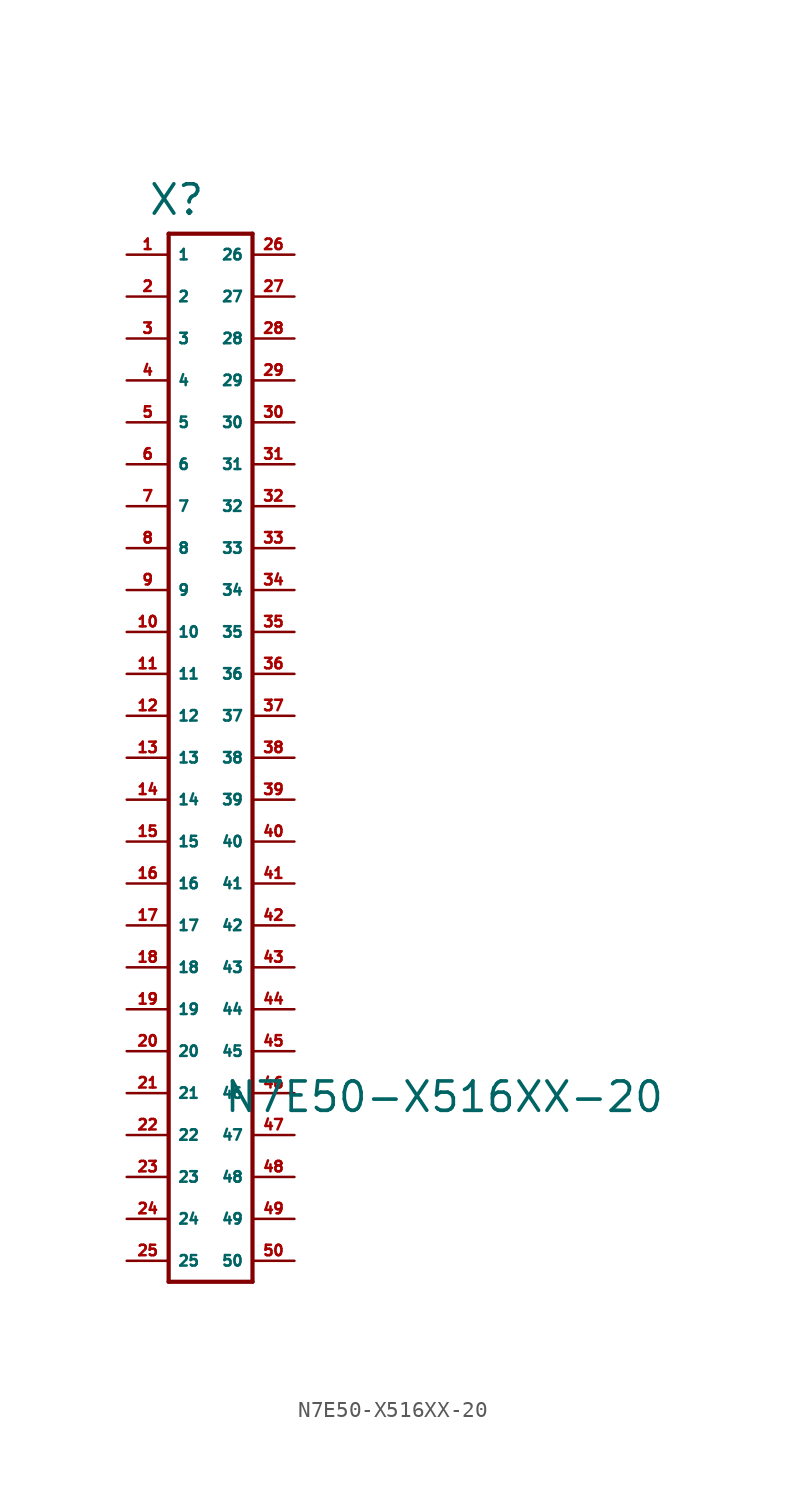
<source format=kicad_sym>
(kicad_symbol_lib
  (version 20220914)
  (generator Eagle2Kicad)
  (symbol "N7E50-X516XX-20"
    (property "Reference" "X"
      (at -3.81 30.226 0)
      (effects (font (size 1.778 1.778) (thickness 0.22)) (justify left bottom)))
    (property "Value" "N7E50-X516XX-20"
      (at 0.762 -24.13 0)
      (effects (font (size 1.778 1.778) (thickness 0.22)) (justify left bottom)))
    (polyline
      (pts (xy -2.54 29.21) (xy -2.54 -34.29))
      (stroke (width 0.254) (type default))
      (fill (type none)))
    (polyline
      (pts (xy -2.54 -34.29) (xy 2.54 -34.29))
      (stroke (width 0.254) (type default))
      (fill (type none)))
    (polyline
      (pts (xy 2.54 -34.29) (xy 2.54 29.21))
      (stroke (width 0.254) (type default))
      (fill (type none)))
    (polyline
      (pts (xy 2.54 29.21) (xy -2.54 29.21))
      (stroke (width 0.254) (type default))
      (fill (type none)))
    (pin passive line
      (at -5.08 27.94 0)
      (length 2.54)
      (name "1" (effects (font (size 0.635 0.635) (thickness 0.08)) (justify left bottom)))
      (number "1" (effects (font (size 0.635 0.635) (thickness 0.08)) (justify left bottom))))
    (pin passive line
      (at -5.08 25.4 0)
      (length 2.54)
      (name "2" (effects (font (size 0.635 0.635) (thickness 0.08)) (justify left bottom)))
      (number "2" (effects (font (size 0.635 0.635) (thickness 0.08)) (justify left bottom))))
    (pin passive line
      (at -5.08 22.86 0)
      (length 2.54)
      (name "3" (effects (font (size 0.635 0.635) (thickness 0.08)) (justify left bottom)))
      (number "3" (effects (font (size 0.635 0.635) (thickness 0.08)) (justify left bottom))))
    (pin passive line
      (at -5.08 20.32 0)
      (length 2.54)
      (name "4" (effects (font (size 0.635 0.635) (thickness 0.08)) (justify left bottom)))
      (number "4" (effects (font (size 0.635 0.635) (thickness 0.08)) (justify left bottom))))
    (pin passive line
      (at -5.08 17.78 0)
      (length 2.54)
      (name "5" (effects (font (size 0.635 0.635) (thickness 0.08)) (justify left bottom)))
      (number "5" (effects (font (size 0.635 0.635) (thickness 0.08)) (justify left bottom))))
    (pin passive line
      (at -5.08 15.24 0)
      (length 2.54)
      (name "6" (effects (font (size 0.635 0.635) (thickness 0.08)) (justify left bottom)))
      (number "6" (effects (font (size 0.635 0.635) (thickness 0.08)) (justify left bottom))))
    (pin passive line
      (at -5.08 12.7 0)
      (length 2.54)
      (name "7" (effects (font (size 0.635 0.635) (thickness 0.08)) (justify left bottom)))
      (number "7" (effects (font (size 0.635 0.635) (thickness 0.08)) (justify left bottom))))
    (pin passive line
      (at -5.08 10.16 0)
      (length 2.54)
      (name "8" (effects (font (size 0.635 0.635) (thickness 0.08)) (justify left bottom)))
      (number "8" (effects (font (size 0.635 0.635) (thickness 0.08)) (justify left bottom))))
    (pin passive line
      (at -5.08 7.62 0)
      (length 2.54)
      (name "9" (effects (font (size 0.635 0.635) (thickness 0.08)) (justify left bottom)))
      (number "9" (effects (font (size 0.635 0.635) (thickness 0.08)) (justify left bottom))))
    (pin passive line
      (at -5.08 5.08 0)
      (length 2.54)
      (name "10" (effects (font (size 0.635 0.635) (thickness 0.08)) (justify left bottom)))
      (number "10" (effects (font (size 0.635 0.635) (thickness 0.08)) (justify left bottom))))
    (pin passive line
      (at -5.08 2.54 0)
      (length 2.54)
      (name "11" (effects (font (size 0.635 0.635) (thickness 0.08)) (justify left bottom)))
      (number "11" (effects (font (size 0.635 0.635) (thickness 0.08)) (justify left bottom))))
    (pin passive line
      (at -5.08 0 0)
      (length 2.54)
      (name "12" (effects (font (size 0.635 0.635) (thickness 0.08)) (justify left bottom)))
      (number "12" (effects (font (size 0.635 0.635) (thickness 0.08)) (justify left bottom))))
    (pin passive line
      (at -5.08 -2.54 0)
      (length 2.54)
      (name "13" (effects (font (size 0.635 0.635) (thickness 0.08)) (justify left bottom)))
      (number "13" (effects (font (size 0.635 0.635) (thickness 0.08)) (justify left bottom))))
    (pin passive line
      (at -5.08 -5.08 0)
      (length 2.54)
      (name "14" (effects (font (size 0.635 0.635) (thickness 0.08)) (justify left bottom)))
      (number "14" (effects (font (size 0.635 0.635) (thickness 0.08)) (justify left bottom))))
    (pin passive line
      (at -5.08 -7.62 0)
      (length 2.54)
      (name "15" (effects (font (size 0.635 0.635) (thickness 0.08)) (justify left bottom)))
      (number "15" (effects (font (size 0.635 0.635) (thickness 0.08)) (justify left bottom))))
    (pin passive line
      (at -5.08 -10.16 0)
      (length 2.54)
      (name "16" (effects (font (size 0.635 0.635) (thickness 0.08)) (justify left bottom)))
      (number "16" (effects (font (size 0.635 0.635) (thickness 0.08)) (justify left bottom))))
    (pin passive line
      (at -5.08 -12.7 0)
      (length 2.54)
      (name "17" (effects (font (size 0.635 0.635) (thickness 0.08)) (justify left bottom)))
      (number "17" (effects (font (size 0.635 0.635) (thickness 0.08)) (justify left bottom))))
    (pin passive line
      (at -5.08 -15.24 0)
      (length 2.54)
      (name "18" (effects (font (size 0.635 0.635) (thickness 0.08)) (justify left bottom)))
      (number "18" (effects (font (size 0.635 0.635) (thickness 0.08)) (justify left bottom))))
    (pin passive line
      (at -5.08 -17.78 0)
      (length 2.54)
      (name "19" (effects (font (size 0.635 0.635) (thickness 0.08)) (justify left bottom)))
      (number "19" (effects (font (size 0.635 0.635) (thickness 0.08)) (justify left bottom))))
    (pin passive line
      (at -5.08 -20.32 0)
      (length 2.54)
      (name "20" (effects (font (size 0.635 0.635) (thickness 0.08)) (justify left bottom)))
      (number "20" (effects (font (size 0.635 0.635) (thickness 0.08)) (justify left bottom))))
    (pin passive line
      (at -5.08 -22.86 0)
      (length 2.54)
      (name "21" (effects (font (size 0.635 0.635) (thickness 0.08)) (justify left bottom)))
      (number "21" (effects (font (size 0.635 0.635) (thickness 0.08)) (justify left bottom))))
    (pin passive line
      (at -5.08 -25.4 0)
      (length 2.54)
      (name "22" (effects (font (size 0.635 0.635) (thickness 0.08)) (justify left bottom)))
      (number "22" (effects (font (size 0.635 0.635) (thickness 0.08)) (justify left bottom))))
    (pin passive line
      (at -5.08 -27.94 0)
      (length 2.54)
      (name "23" (effects (font (size 0.635 0.635) (thickness 0.08)) (justify left bottom)))
      (number "23" (effects (font (size 0.635 0.635) (thickness 0.08)) (justify left bottom))))
    (pin passive line
      (at -5.08 -30.48 0)
      (length 2.54)
      (name "24" (effects (font (size 0.635 0.635) (thickness 0.08)) (justify left bottom)))
      (number "24" (effects (font (size 0.635 0.635) (thickness 0.08)) (justify left bottom))))
    (pin passive line
      (at -5.08 -33.02 0)
      (length 2.54)
      (name "25" (effects (font (size 0.635 0.635) (thickness 0.08)) (justify left bottom)))
      (number "25" (effects (font (size 0.635 0.635) (thickness 0.08)) (justify left bottom))))
    (pin passive line
      (at 5.08 27.94 180)
      (length 2.54)
      (name "26" (effects (font (size 0.635 0.635) (thickness 0.08)) (justify left bottom)))
      (number "26" (effects (font (size 0.635 0.635) (thickness 0.08)) (justify left bottom))))
    (pin passive line
      (at 5.08 25.4 180)
      (length 2.54)
      (name "27" (effects (font (size 0.635 0.635) (thickness 0.08)) (justify left bottom)))
      (number "27" (effects (font (size 0.635 0.635) (thickness 0.08)) (justify left bottom))))
    (pin passive line
      (at 5.08 22.86 180)
      (length 2.54)
      (name "28" (effects (font (size 0.635 0.635) (thickness 0.08)) (justify left bottom)))
      (number "28" (effects (font (size 0.635 0.635) (thickness 0.08)) (justify left bottom))))
    (pin passive line
      (at 5.08 20.32 180)
      (length 2.54)
      (name "29" (effects (font (size 0.635 0.635) (thickness 0.08)) (justify left bottom)))
      (number "29" (effects (font (size 0.635 0.635) (thickness 0.08)) (justify left bottom))))
    (pin passive line
      (at 5.08 17.78 180)
      (length 2.54)
      (name "30" (effects (font (size 0.635 0.635) (thickness 0.08)) (justify left bottom)))
      (number "30" (effects (font (size 0.635 0.635) (thickness 0.08)) (justify left bottom))))
    (pin passive line
      (at 5.08 15.24 180)
      (length 2.54)
      (name "31" (effects (font (size 0.635 0.635) (thickness 0.08)) (justify left bottom)))
      (number "31" (effects (font (size 0.635 0.635) (thickness 0.08)) (justify left bottom))))
    (pin passive line
      (at 5.08 12.7 180)
      (length 2.54)
      (name "32" (effects (font (size 0.635 0.635) (thickness 0.08)) (justify left bottom)))
      (number "32" (effects (font (size 0.635 0.635) (thickness 0.08)) (justify left bottom))))
    (pin passive line
      (at 5.08 10.16 180)
      (length 2.54)
      (name "33" (effects (font (size 0.635 0.635) (thickness 0.08)) (justify left bottom)))
      (number "33" (effects (font (size 0.635 0.635) (thickness 0.08)) (justify left bottom))))
    (pin passive line
      (at 5.08 7.62 180)
      (length 2.54)
      (name "34" (effects (font (size 0.635 0.635) (thickness 0.08)) (justify left bottom)))
      (number "34" (effects (font (size 0.635 0.635) (thickness 0.08)) (justify left bottom))))
    (pin passive line
      (at 5.08 5.08 180)
      (length 2.54)
      (name "35" (effects (font (size 0.635 0.635) (thickness 0.08)) (justify left bottom)))
      (number "35" (effects (font (size 0.635 0.635) (thickness 0.08)) (justify left bottom))))
    (pin passive line
      (at 5.08 2.54 180)
      (length 2.54)
      (name "36" (effects (font (size 0.635 0.635) (thickness 0.08)) (justify left bottom)))
      (number "36" (effects (font (size 0.635 0.635) (thickness 0.08)) (justify left bottom))))
    (pin passive line
      (at 5.08 0 180)
      (length 2.54)
      (name "37" (effects (font (size 0.635 0.635) (thickness 0.08)) (justify left bottom)))
      (number "37" (effects (font (size 0.635 0.635) (thickness 0.08)) (justify left bottom))))
    (pin passive line
      (at 5.08 -2.54 180)
      (length 2.54)
      (name "38" (effects (font (size 0.635 0.635) (thickness 0.08)) (justify left bottom)))
      (number "38" (effects (font (size 0.635 0.635) (thickness 0.08)) (justify left bottom))))
    (pin passive line
      (at 5.08 -5.08 180)
      (length 2.54)
      (name "39" (effects (font (size 0.635 0.635) (thickness 0.08)) (justify left bottom)))
      (number "39" (effects (font (size 0.635 0.635) (thickness 0.08)) (justify left bottom))))
    (pin passive line
      (at 5.08 -7.62 180)
      (length 2.54)
      (name "40" (effects (font (size 0.635 0.635) (thickness 0.08)) (justify left bottom)))
      (number "40" (effects (font (size 0.635 0.635) (thickness 0.08)) (justify left bottom))))
    (pin passive line
      (at 5.08 -10.16 180)
      (length 2.54)
      (name "41" (effects (font (size 0.635 0.635) (thickness 0.08)) (justify left bottom)))
      (number "41" (effects (font (size 0.635 0.635) (thickness 0.08)) (justify left bottom))))
    (pin passive line
      (at 5.08 -12.7 180)
      (length 2.54)
      (name "42" (effects (font (size 0.635 0.635) (thickness 0.08)) (justify left bottom)))
      (number "42" (effects (font (size 0.635 0.635) (thickness 0.08)) (justify left bottom))))
    (pin passive line
      (at 5.08 -15.24 180)
      (length 2.54)
      (name "43" (effects (font (size 0.635 0.635) (thickness 0.08)) (justify left bottom)))
      (number "43" (effects (font (size 0.635 0.635) (thickness 0.08)) (justify left bottom))))
    (pin passive line
      (at 5.08 -17.78 180)
      (length 2.54)
      (name "44" (effects (font (size 0.635 0.635) (thickness 0.08)) (justify left bottom)))
      (number "44" (effects (font (size 0.635 0.635) (thickness 0.08)) (justify left bottom))))
    (pin passive line
      (at 5.08 -20.32 180)
      (length 2.54)
      (name "45" (effects (font (size 0.635 0.635) (thickness 0.08)) (justify left bottom)))
      (number "45" (effects (font (size 0.635 0.635) (thickness 0.08)) (justify left bottom))))
    (pin passive line
      (at 5.08 -22.86 180)
      (length 2.54)
      (name "46" (effects (font (size 0.635 0.635) (thickness 0.08)) (justify left bottom)))
      (number "46" (effects (font (size 0.635 0.635) (thickness 0.08)) (justify left bottom))))
    (pin passive line
      (at 5.08 -25.4 180)
      (length 2.54)
      (name "47" (effects (font (size 0.635 0.635) (thickness 0.08)) (justify left bottom)))
      (number "47" (effects (font (size 0.635 0.635) (thickness 0.08)) (justify left bottom))))
    (pin passive line
      (at 5.08 -27.94 180)
      (length 2.54)
      (name "48" (effects (font (size 0.635 0.635) (thickness 0.08)) (justify left bottom)))
      (number "48" (effects (font (size 0.635 0.635) (thickness 0.08)) (justify left bottom))))
    (pin passive line
      (at 5.08 -30.48 180)
      (length 2.54)
      (name "49" (effects (font (size 0.635 0.635) (thickness 0.08)) (justify left bottom)))
      (number "49" (effects (font (size 0.635 0.635) (thickness 0.08)) (justify left bottom))))
    (pin passive line
      (at 5.08 -33.02 180)
      (length 2.54)
      (name "50" (effects (font (size 0.635 0.635) (thickness 0.08)) (justify left bottom)))
      (number "50" (effects (font (size 0.635 0.635) (thickness 0.08)) (justify left bottom))))))
</source>
